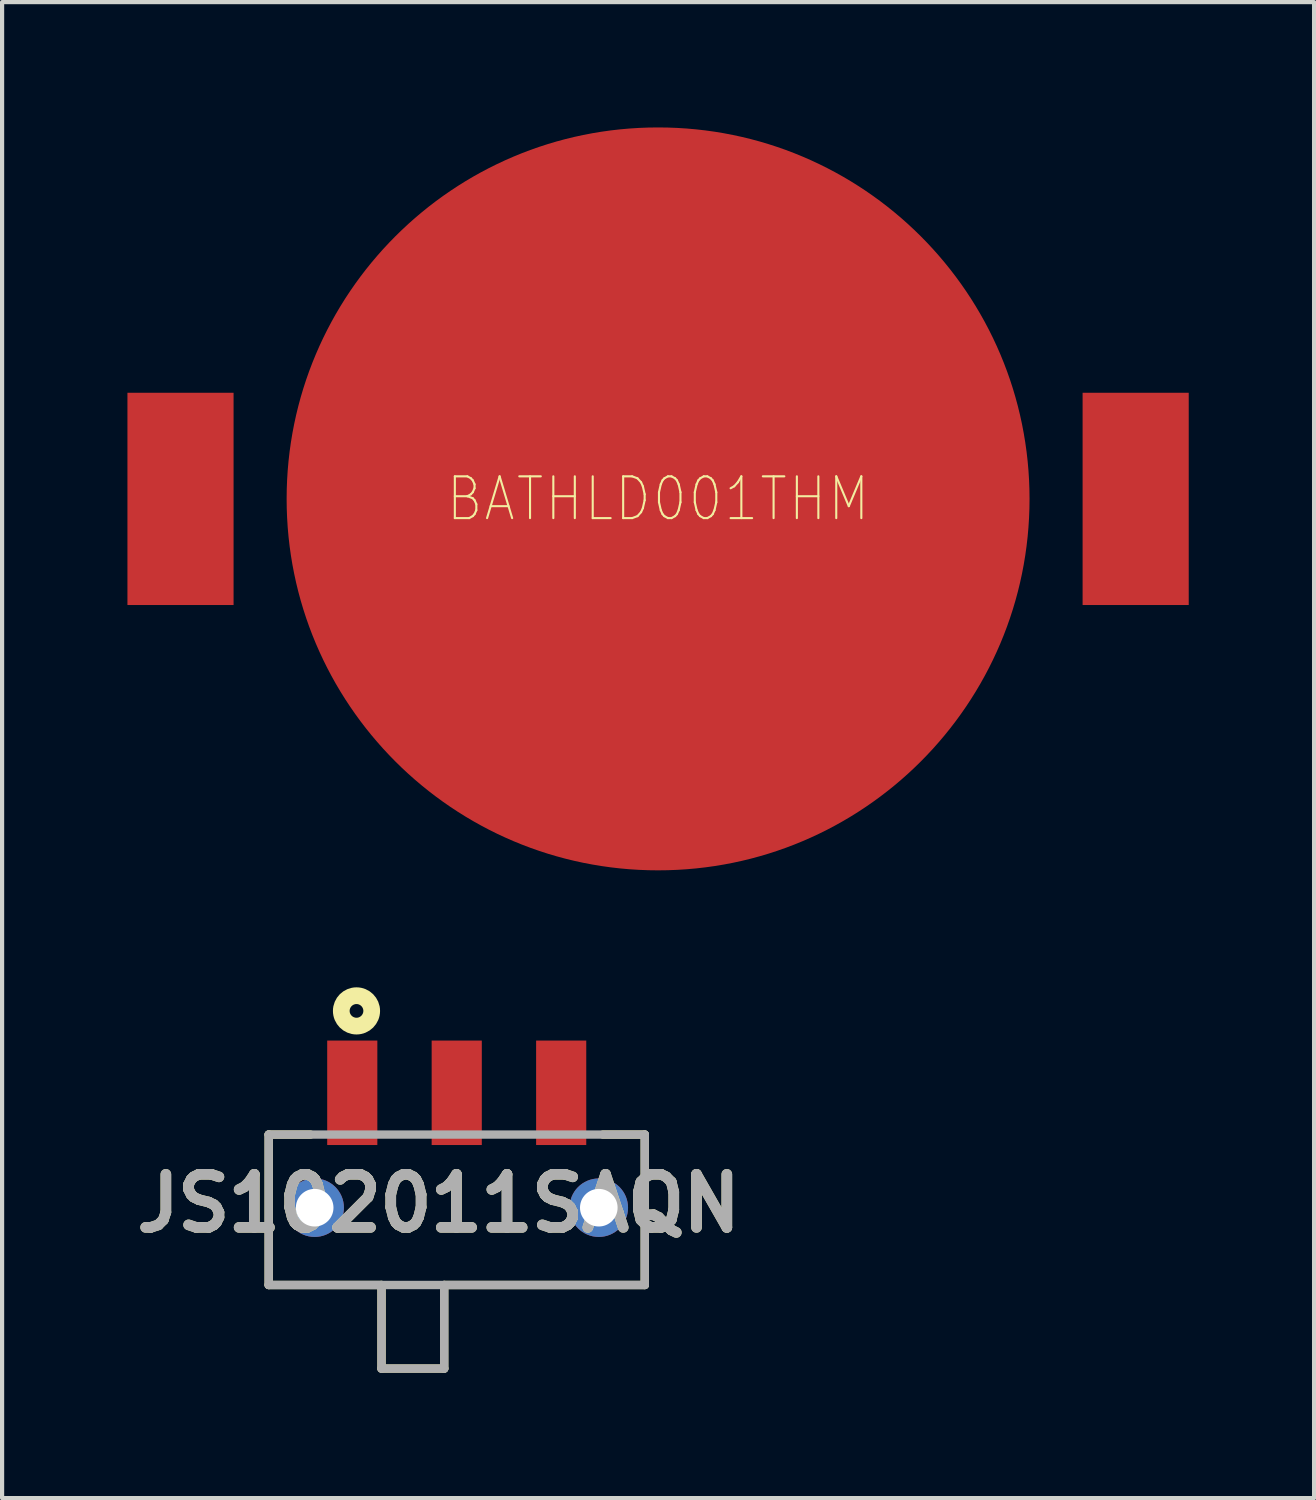
<source format=kicad_pcb>
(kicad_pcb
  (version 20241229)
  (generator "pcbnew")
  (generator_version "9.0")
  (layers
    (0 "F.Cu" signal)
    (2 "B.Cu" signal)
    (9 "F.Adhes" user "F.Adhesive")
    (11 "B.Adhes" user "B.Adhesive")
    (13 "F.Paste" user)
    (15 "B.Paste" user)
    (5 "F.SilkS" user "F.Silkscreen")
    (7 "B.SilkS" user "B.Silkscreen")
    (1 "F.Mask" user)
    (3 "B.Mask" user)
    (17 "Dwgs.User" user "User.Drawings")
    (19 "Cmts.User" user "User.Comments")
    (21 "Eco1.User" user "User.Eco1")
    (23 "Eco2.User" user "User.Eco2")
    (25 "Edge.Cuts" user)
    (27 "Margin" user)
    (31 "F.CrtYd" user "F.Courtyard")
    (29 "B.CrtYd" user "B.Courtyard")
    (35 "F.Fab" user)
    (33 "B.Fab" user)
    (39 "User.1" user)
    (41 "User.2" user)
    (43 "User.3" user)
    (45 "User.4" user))
  (footprint "BATHLD001THM"
    (layer "F.Cu")
    (at 12.7 8.89)
    (property "Reference" "BATHLD001THM" (at 0 0 180) (layer "F.SilkS") (effects (font (size 1 0.9) (thickness 0.05))))
    (attr smd)
    (pad "1" smd rect (at -11.43 0) (size 2.54 5.08) (layers "F.Cu" "F.Mask" "F.Paste"))
    (pad "1" smd rect (at 11.43 0) (size 2.54 5.08) (layers "F.Cu" "F.Mask" "F.Paste"))
    (pad "2" smd circle (at 0 0) (size 17.78 17.78) (layers "F.Cu" "F.Mask" "F.Paste")))
  (footprint "JS102011SAQN"
    (layer "F.Cu")
    (at 7.881 24.104)
    (property "Reference" "JS102011SAQN" (at -0.43 1.647 0) (layer "F.SilkS") (effects (font (size 1.27 1.27) (thickness 0.254))))
    (attr through_hole)
    (fp_line (start -4.5 0) (end -4.5 3.6) (stroke (width 0.2) (type solid)) (layer "F.SilkS"))
    (fp_line (start -4.5 0) (end -3.5 0) (stroke (width 0.2) (type solid)) (layer "F.SilkS"))
    (fp_line (start -4.5 3.6) (end -1.8 3.6) (stroke (width 0.2) (type solid)) (layer "F.SilkS"))
    (fp_line (start -1.8 3.6) (end -1.8 5.6) (stroke (width 0.2) (type solid)) (layer "F.SilkS"))
    (fp_line (start -1.8 5.6) (end -0.3 5.6) (stroke (width 0.2) (type solid)) (layer "F.SilkS"))
    (fp_line (start -0.3 3.6) (end 4.5 3.6) (stroke (width 0.2) (type solid)) (layer "F.SilkS"))
    (fp_line (start -0.3 5.6) (end -0.3 3.6) (stroke (width 0.2) (type solid)) (layer "F.SilkS"))
    (fp_line (start 4.5 0) (end 3.5 0) (stroke (width 0.2) (type solid)) (layer "F.SilkS"))
    (fp_line (start 4.5 3.6) (end 4.5 0) (stroke (width 0.2) (type solid)) (layer "F.SilkS"))
    (fp_circle (center -2.399 -2.96) (end -2.399 -2.796) (stroke (width 0.4) (type solid)) (fill no) (layer "F.SilkS"))
    (fp_line (start -4.5 0) (end 4.5 0) (stroke (width 0.2) (type solid)) (layer "F.Fab"))
    (fp_line (start -4.5 3.6) (end -4.5 0) (stroke (width 0.2) (type solid)) (layer "F.Fab"))
    (fp_line (start -1.8 3.6) (end -1.8 5.6) (stroke (width 0.2) (type solid)) (layer "F.Fab"))
    (fp_line (start -1.8 5.6) (end -0.3 5.6) (stroke (width 0.2) (type solid)) (layer "F.Fab"))
    (fp_line (start -0.3 5.6) (end -0.3 3.6) (stroke (width 0.2) (type solid)) (layer "F.Fab"))
    (fp_line (start 4.5 0) (end 4.5 3.6) (stroke (width 0.2) (type solid)) (layer "F.Fab"))
    (fp_line (start 4.5 3.6) (end -4.5 3.6) (stroke (width 0.2) (type solid)) (layer "F.Fab"))
    (fp_text user "${REFERENCE}" (at -0.43 1.647 0) (layer "F.Fab") (effects (font (size 1.27 1.27) (thickness 0.254))))
    (pad "1" smd rect (at -2.5 -1) (size 1.2 2.5) (layers "F.Cu" "F.Mask" "F.Paste"))
    (pad "2" smd rect (at 0 -1) (size 1.2 2.5) (layers "F.Cu" "F.Mask" "F.Paste"))
    (pad "3" smd rect (at 2.5 -1) (size 1.2 2.5) (layers "F.Cu" "F.Mask" "F.Paste"))
    (pad "4" thru_hole circle (at -3.4 1.75) (size 1.4 1.4) (drill 0.9) (layers "*.Cu" "*.Mask"))
    (pad "5" thru_hole circle (at 3.4 1.75) (size 1.4 1.4) (drill 0.9) (layers "*.Cu" "*.Mask")))
  (gr_rect
    (start -3 -3)
    (end 28.4 32.804)
    (stroke (width 0.1) (type default))
    (fill no)
    (layer "Edge.Cuts")))
</source>
